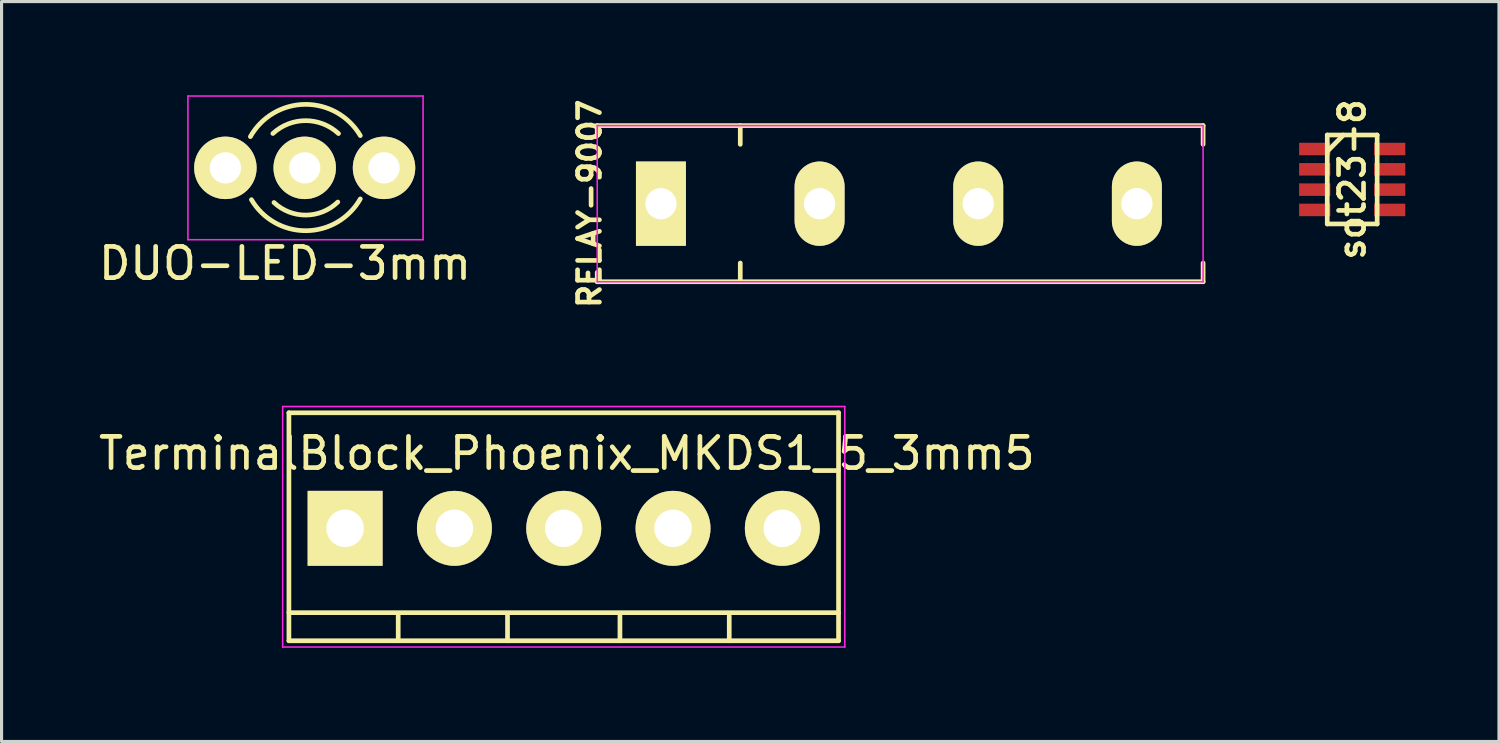
<source format=kicad_pcb>
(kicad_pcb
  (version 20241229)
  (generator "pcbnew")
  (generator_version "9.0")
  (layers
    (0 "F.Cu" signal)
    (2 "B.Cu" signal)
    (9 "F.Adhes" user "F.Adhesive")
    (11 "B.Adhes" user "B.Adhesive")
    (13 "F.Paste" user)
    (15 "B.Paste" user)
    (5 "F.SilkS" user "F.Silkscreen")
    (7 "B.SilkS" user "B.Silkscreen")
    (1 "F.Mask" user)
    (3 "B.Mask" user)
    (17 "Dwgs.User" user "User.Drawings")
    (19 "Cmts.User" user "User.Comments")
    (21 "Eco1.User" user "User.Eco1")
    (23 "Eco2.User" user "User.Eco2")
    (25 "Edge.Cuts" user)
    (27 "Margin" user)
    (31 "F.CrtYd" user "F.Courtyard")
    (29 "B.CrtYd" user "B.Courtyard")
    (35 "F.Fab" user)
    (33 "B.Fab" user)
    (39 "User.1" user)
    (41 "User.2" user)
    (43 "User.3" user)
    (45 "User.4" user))
  (footprint "TerminalBlock_Phoenix_MKDS1_5_3mm5"
    (layer "F.Cu")
    (at 8.001 13.868)
    (property "Reference" "TerminalBlock_Phoenix_MKDS1_5_3mm5" (at 7.1 -2.4 0) (layer "F.SilkS") (effects (font (size 1 1) (thickness 0.15))))
    (attr through_hole)
    (fp_line (start -1.8 -3.7) (end -1.8 3.6) (stroke (width 0.15) (type solid)) (layer "F.SilkS"))
    (fp_line (start -1.8 2.7) (end 15.8 2.7) (stroke (width 0.15) (type solid)) (layer "F.SilkS"))
    (fp_line (start -1.8 3.6) (end 15.8 3.6) (stroke (width 0.15) (type solid)) (layer "F.SilkS"))
    (fp_line (start 1.7 2.8) (end 1.7 3.6) (stroke (width 0.15) (type solid)) (layer "F.SilkS"))
    (fp_line (start 5.2 2.8) (end 5.2 3.6) (stroke (width 0.15) (type solid)) (layer "F.SilkS"))
    (fp_line (start 8.8 2.8) (end 8.8 3.6) (stroke (width 0.15) (type solid)) (layer "F.SilkS"))
    (fp_line (start 12.3 2.8) (end 12.3 3.6) (stroke (width 0.15) (type solid)) (layer "F.SilkS"))
    (fp_line (start 15.8 -3.7) (end -1.8 -3.7) (stroke (width 0.15) (type solid)) (layer "F.SilkS"))
    (fp_line (start 15.8 3.6) (end 15.8 -3.7) (stroke (width 0.15) (type solid)) (layer "F.SilkS"))
    (fp_line (start -2 -3.9) (end 16 -3.9) (stroke (width 0.05) (type solid)) (layer "F.CrtYd"))
    (fp_line (start -2 3.8) (end -2 -3.9) (stroke (width 0.05) (type solid)) (layer "F.CrtYd"))
    (fp_line (start 16 -3.9) (end 16 3.8) (stroke (width 0.05) (type solid)) (layer "F.CrtYd"))
    (fp_line (start 16 3.8) (end -2 3.8) (stroke (width 0.05) (type solid)) (layer "F.CrtYd"))
    (pad "1" thru_hole rect (at 0 0) (size 2.4 2.4) (drill 1.2) (layers "*.Cu" "*.Mask" "F.SilkS"))
    (pad "2" thru_hole circle (at 3.5 0) (size 2.4 2.4) (drill 1.2) (layers "*.Cu" "*.Mask" "F.SilkS"))
    (pad "3" thru_hole circle (at 7 0) (size 2.4 2.4) (drill 1.2) (layers "*.Cu" "*.Mask" "F.SilkS"))
    (pad "4" thru_hole circle (at 10.5 0) (size 2.4 2.4) (drill 1.2) (layers "*.Cu" "*.Mask" "F.SilkS"))
    (pad "5" thru_hole circle (at 14 0) (size 2.4 2.4) (drill 1.2) (layers "*.Cu" "*.Mask" "F.SilkS")))
  (footprint "DUO-LED-3mm"
    (layer "F.Cu")
    (at 4.167 2.325)
    (property "Reference" "DUO-LED-3mm" (at 1.91 3.06 0) (layer "F.SilkS") (effects (font (size 1 1) (thickness 0.15))))
    (attr through_hole)
    (fp_arc (start 0.8 -1) (mid 2.551025 -2.032865) (end 4.321025 -1.032865) (stroke (width 0.15) (type solid)) (layer "F.SilkS"))
    (fp_arc (start 1.52 -1.1) (mid 2.571419 -1.511462) (end 3.62208 -1.09807) (stroke (width 0.15) (type solid)) (layer "F.SilkS"))
    (fp_arc (start 3.6 1.094) (mid 2.581031 1.511964) (end 1.555937 1.109256) (stroke (width 0.15) (type solid)) (layer "F.SilkS"))
    (fp_arc (start 4.32 0.994) (mid 2.584171 2.012544) (end 0.834171 1.018544) (stroke (width 0.15) (type solid)) (layer "F.SilkS"))
    (fp_line (start -1.2 -2.3) (end -1.2 2.3) (stroke (width 0.05) (type solid)) (layer "F.CrtYd"))
    (fp_line (start -1.2 2.3) (end 6.33 2.3) (stroke (width 0.05) (type solid)) (layer "F.CrtYd"))
    (fp_line (start 6.33 -2.3) (end -1.2 -2.3) (stroke (width 0.05) (type solid)) (layer "F.CrtYd"))
    (fp_line (start 6.33 2.3) (end 6.33 -2.3) (stroke (width 0.05) (type solid)) (layer "F.CrtYd"))
    (pad "1" thru_hole circle (at 0 0) (size 2 2) (drill 1.001) (layers "*.Cu" "*.Mask" "F.SilkS"))
    (pad "2" thru_hole circle (at 2.54 0) (size 2 2) (drill 1.001) (layers "*.Cu" "*.Mask" "F.SilkS"))
    (pad "3" thru_hole circle (at 5.08 0) (size 2 2) (drill 1.001) (layers "*.Cu" "*.Mask" "F.SilkS")))
  (footprint "sot23-8"
    (layer "F.Cu")
    (at 40.249 2.697)
    (property "Reference" "sot23-8" (at 0 0 270) (layer "F.SilkS") (effects (font (size 0.8 0.8) (thickness 0.15))))
    (attr through_hole)
    (fp_line (start -0.799 -1.424) (end 0.799 -1.424) (stroke (width 0.15) (type solid)) (layer "F.SilkS"))
    (fp_line (start -0.799 1.424) (end -0.799 -1.424) (stroke (width 0.15) (type solid)) (layer "F.SilkS"))
    (fp_line (start -0.28 -1.424) (end -0.799 -0.9) (stroke (width 0.15) (type solid)) (layer "F.SilkS"))
    (fp_line (start 0.799 -1.424) (end 0.799 1.424) (stroke (width 0.15) (type solid)) (layer "F.SilkS"))
    (fp_line (start 0.799 1.424) (end -0.799 1.424) (stroke (width 0.15) (type solid)) (layer "F.SilkS"))
    (pad "1" smd rect (at -1.2 -0.975 270) (size 0.4 1) (layers "F.Cu" "F.Mask" "F.Paste"))
    (pad "2" smd rect (at -1.2 -0.325 270) (size 0.4 1) (layers "F.Cu" "F.Mask" "F.Paste"))
    (pad "3" smd rect (at -1.2 0.325 270) (size 0.4 1) (layers "F.Cu" "F.Mask" "F.Paste"))
    (pad "4" smd rect (at -1.2 0.975 270) (size 0.4 1) (layers "F.Cu" "F.Mask" "F.Paste"))
    (pad "5" smd rect (at 1.2 0.975 270) (size 0.4 1) (layers "F.Cu" "F.Mask" "F.Paste"))
    (pad "6" smd rect (at 1.2 0.325 270) (size 0.4 1) (layers "F.Cu" "F.Mask" "F.Paste"))
    (pad "7" smd rect (at 1.2 -0.325 270) (size 0.4 1) (layers "F.Cu" "F.Mask" "F.Paste"))
    (pad "8" smd rect (at 1.2 -0.975 270) (size 0.4 1) (layers "F.Cu" "F.Mask" "F.Paste")))
  (footprint "RELAY-9007"
    (layer "F.Cu")
    (at 28.274 3.472)
    (property "Reference" "RELAY-9007" (at -12.446 0 90) (layer "F.SilkS") (effects (font (size 0.7 0.7) (thickness 0.15))))
    (attr through_hole)
    (fp_line (start -12.2 -2.5) (end -12.2 -2.2) (stroke (width 0.15) (type solid)) (layer "F.SilkS"))
    (fp_line (start -12.2 -2.5) (end 7.2 -2.5) (stroke (width 0.15) (type solid)) (layer "F.SilkS"))
    (fp_line (start -12.2 2.5) (end -12.2 2.2) (stroke (width 0.15) (type solid)) (layer "F.SilkS"))
    (fp_line (start -7.62 -2.5) (end -7.62 -1.9) (stroke (width 0.15) (type solid)) (layer "F.SilkS"))
    (fp_line (start -7.62 2.5) (end -7.62 1.9) (stroke (width 0.15) (type solid)) (layer "F.SilkS"))
    (fp_line (start 7.2 -2.5) (end 7.2 -1.9) (stroke (width 0.15) (type solid)) (layer "F.SilkS"))
    (fp_line (start 7.2 2.5) (end -12.2 2.5) (stroke (width 0.15) (type solid)) (layer "F.SilkS"))
    (fp_line (start 7.2 2.5) (end 7.2 1.9) (stroke (width 0.15) (type solid)) (layer "F.SilkS"))
    (fp_line (start -12.2 2.5) (end -12.2 -2.5) (stroke (width 0.05) (type solid)) (layer "F.CrtYd"))
    (fp_line (start 7.2 -2.5) (end -12.2 -2.5) (stroke (width 0.05) (type solid)) (layer "F.CrtYd"))
    (fp_line (start 7.2 -2.5) (end 7.2 2.5) (stroke (width 0.05) (type solid)) (layer "F.CrtYd"))
    (fp_line (start 7.2 2.5) (end -12.2 2.5) (stroke (width 0.05) (type solid)) (layer "F.CrtYd"))
    (pad "1" thru_hole rect (at -10.16 0 90) (size 2.7 1.6) (drill 1) (layers "*.Cu" "*.Mask" "F.SilkS"))
    (pad "2" thru_hole oval (at -5.08 0 90) (size 2.7 1.6) (drill 1) (layers "*.Cu" "*.Mask" "F.SilkS"))
    (pad "3" thru_hole oval (at 0 0 90) (size 2.7 1.6) (drill 1) (layers "*.Cu" "*.Mask" "F.SilkS"))
    (pad "4" thru_hole oval (at 5.08 0 90) (size 2.7 1.6) (drill 1) (layers "*.Cu" "*.Mask" "F.SilkS")))
  (gr_rect
    (start -3 -3)
    (end 44.949 20.693)
    (stroke (width 0.1) (type default))
    (fill no)
    (layer "Edge.Cuts")))
</source>
